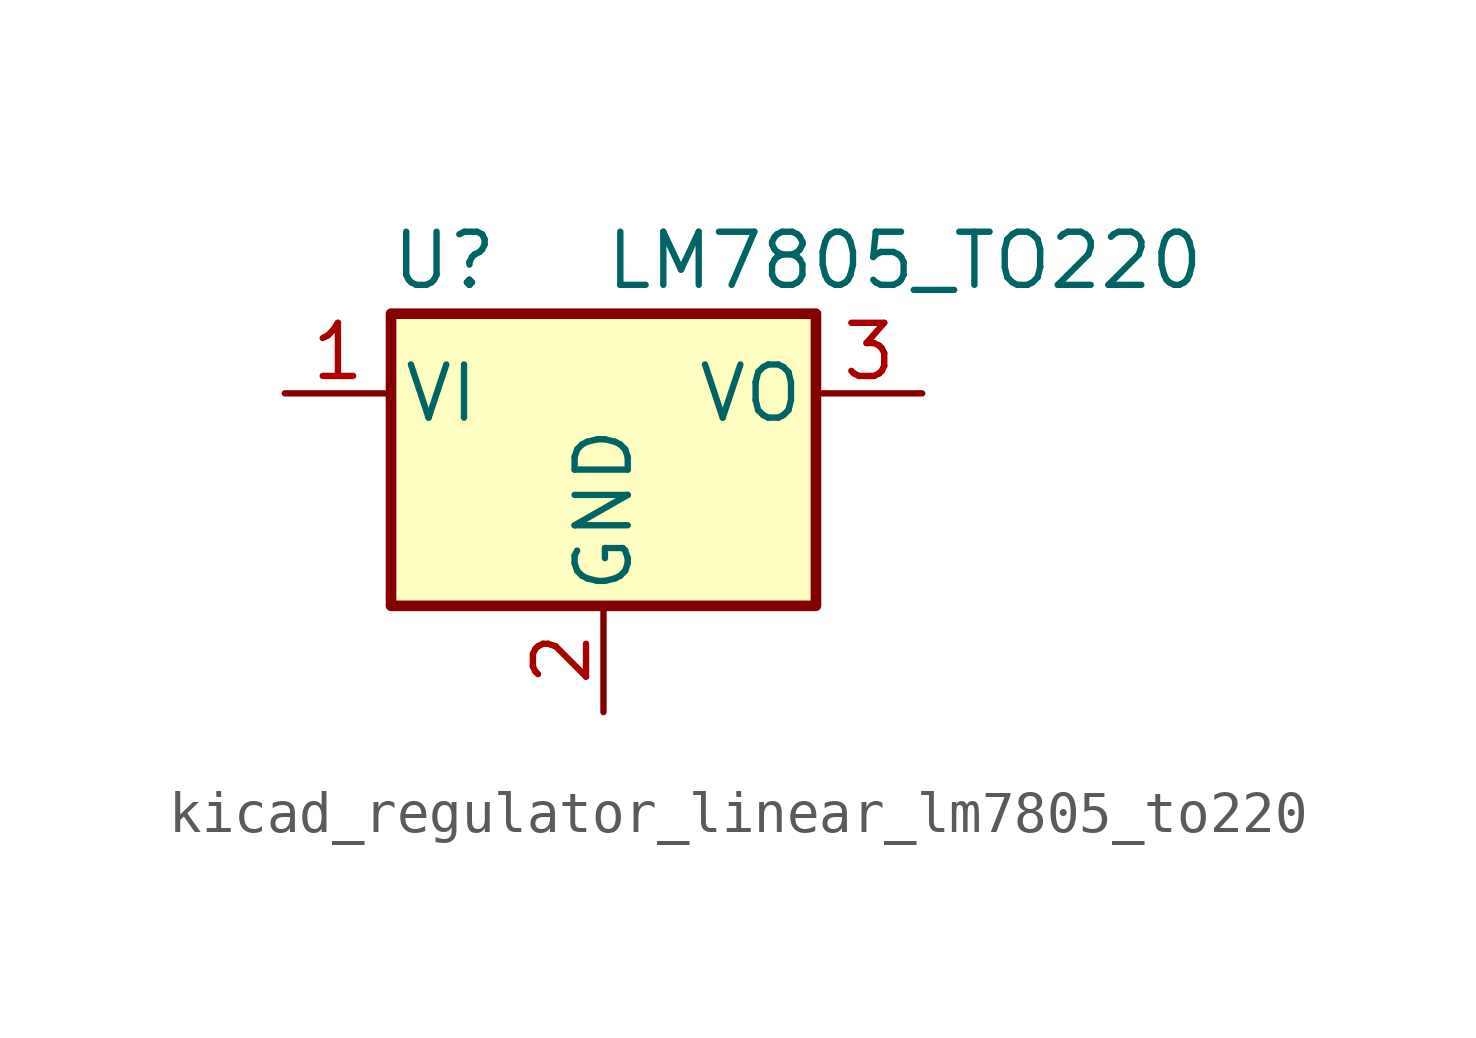
<source format=kicad_sym>
(kicad_symbol_lib
  (version 20220914)
  (generator kicad_symbol_editor)
  (symbol "kicad_regulator_linear_lm7805_to220"
    (pin_names
      (offset 0.254))
    (property "Reference" "U"
      (at -3.81 3.175 0)
      (effects (font (size 1.27 1.27))))
    (property "Value" "LM7805_TO220"
      (at 0 3.175 0)
      (effects (font (size 1.27 1.27)) (justify left)))
    (symbol "kicad_regulator_linear_lm7805_to220_0_1"
      (rectangle (start -5.08 1.905) (end 5.08 -5.08) (stroke (width 0.254) (type default)) (fill (type background))))
    (symbol "kicad_regulator_linear_lm7805_to220_1_1"
      (pin power_in line (at -7.62 0 0) (length 2.54) (name "VI" (effects (font (size 1.27 1.27)))) (number "1" (effects (font (size 1.27 1.27)))))
      (pin power_in line (at 0 -7.62 90) (length 2.54) (name "GND" (effects (font (size 1.27 1.27)))) (number "2" (effects (font (size 1.27 1.27)))))
      (pin power_out line (at 7.62 0 180) (length 2.54) (name "VO" (effects (font (size 1.27 1.27)))) (number "3" (effects (font (size 1.27 1.27))))))))
</source>
